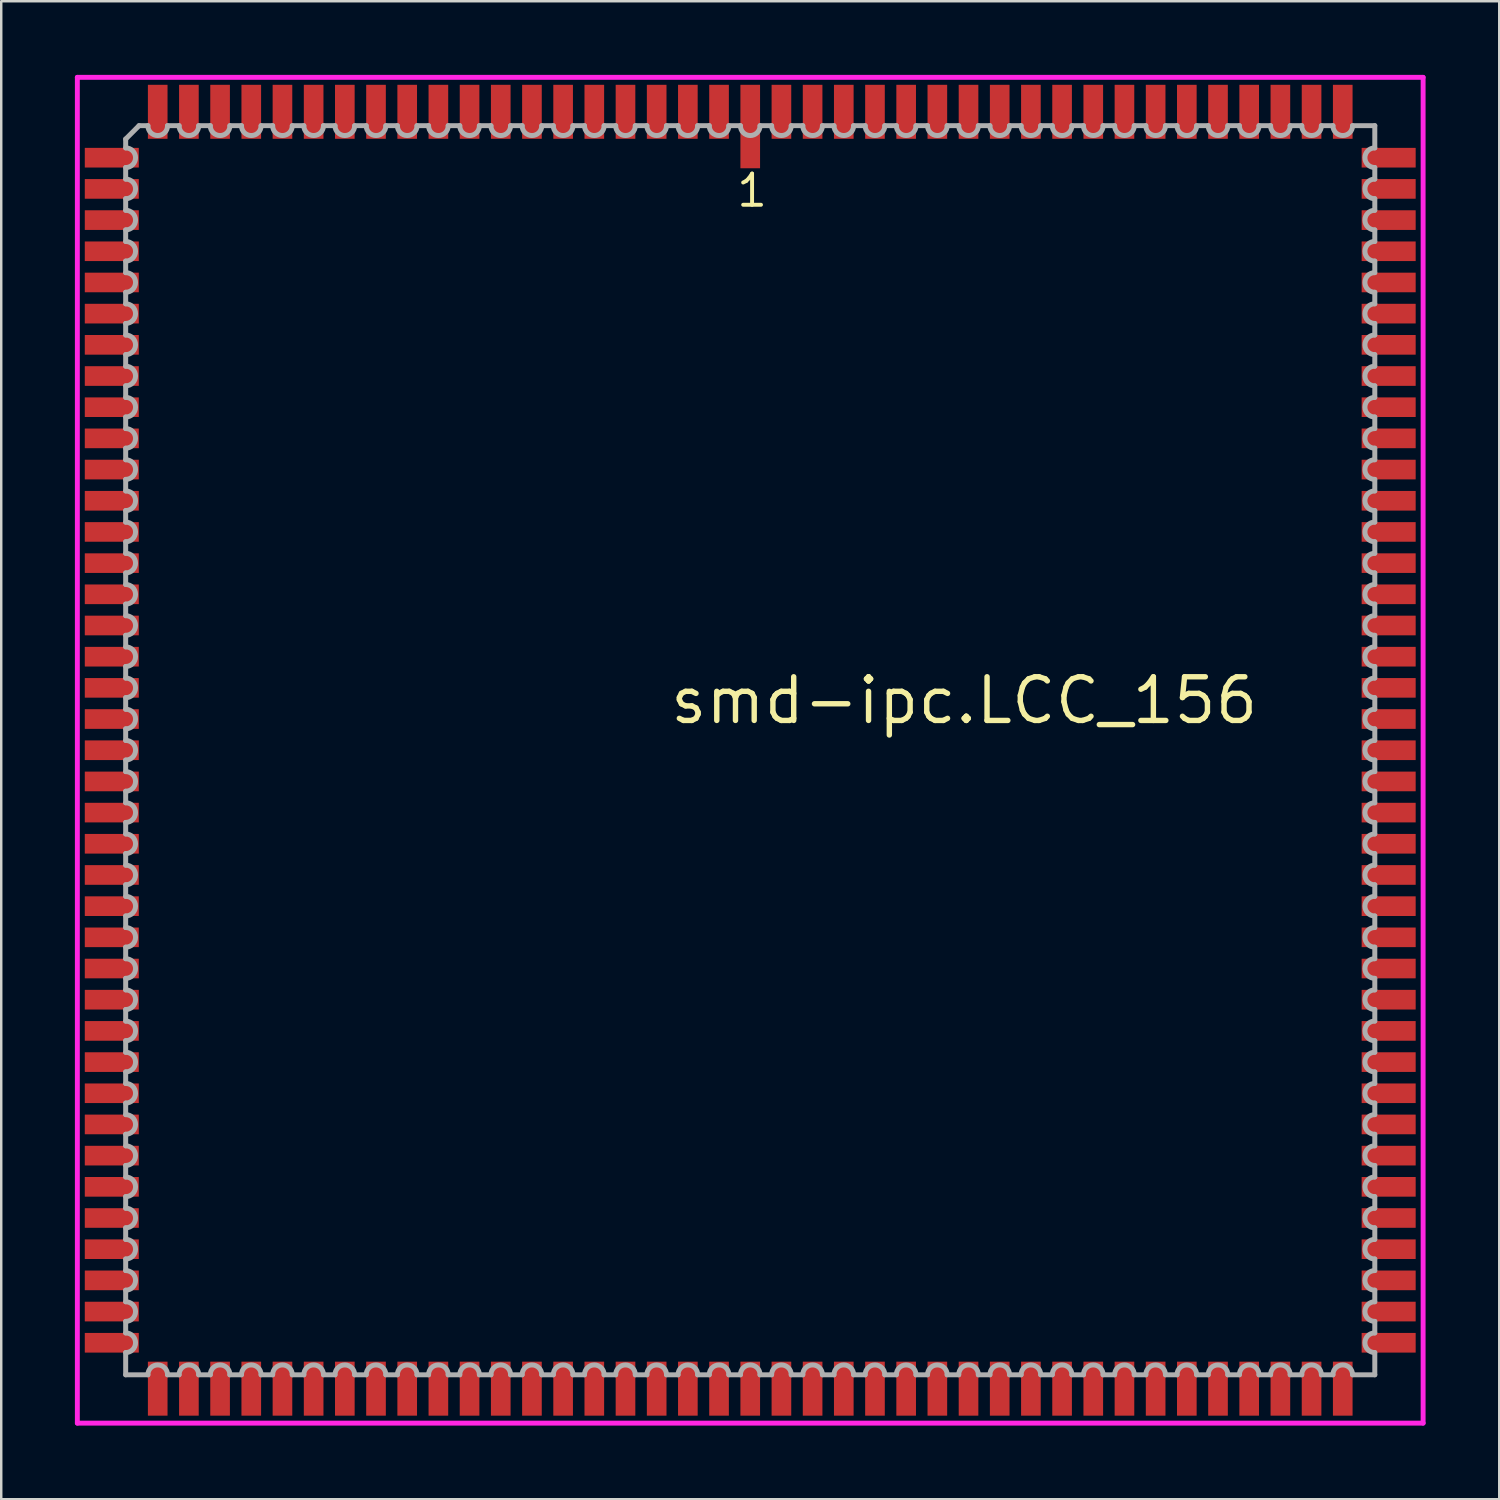
<source format=kicad_pcb>
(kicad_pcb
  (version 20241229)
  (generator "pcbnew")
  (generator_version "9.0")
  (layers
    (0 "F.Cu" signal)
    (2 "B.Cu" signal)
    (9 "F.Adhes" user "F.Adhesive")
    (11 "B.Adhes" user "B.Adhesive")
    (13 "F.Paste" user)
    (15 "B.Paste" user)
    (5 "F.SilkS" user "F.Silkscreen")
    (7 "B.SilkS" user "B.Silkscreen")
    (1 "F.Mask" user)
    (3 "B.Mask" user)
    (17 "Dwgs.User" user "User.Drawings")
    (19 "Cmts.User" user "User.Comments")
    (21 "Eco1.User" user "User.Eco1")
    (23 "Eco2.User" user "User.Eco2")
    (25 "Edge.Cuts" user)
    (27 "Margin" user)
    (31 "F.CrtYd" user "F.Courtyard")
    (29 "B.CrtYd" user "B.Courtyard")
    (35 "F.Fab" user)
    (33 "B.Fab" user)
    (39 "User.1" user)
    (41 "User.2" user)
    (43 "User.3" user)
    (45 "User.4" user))
  (footprint "smd-ipc.LCC_156"
    (layer "F.Cu")
    (at 27.503 27.503)
    (property "Reference" "smd-ipc.LCC_156" (at -3.37 -0.985 0) (layer "F.SilkS") (effects (font (size 1.778 1.778) (thickness 0.22)) (justify left bottom)))
    (attr smd)
    (fp_line (start -27.403 -27.403) (end 27.403 -27.403) (stroke (width 0.2) (type default)) (layer "F.CrtYd"))
    (fp_line (start -27.403 27.403) (end -27.403 -27.403) (stroke (width 0.2) (type default)) (layer "F.CrtYd"))
    (fp_line (start 27.403 -27.403) (end 27.403 27.403) (stroke (width 0.2) (type default)) (layer "F.CrtYd"))
    (fp_line (start 27.403 27.403) (end -27.403 27.403) (stroke (width 0.2) (type default)) (layer "F.CrtYd"))
    (fp_line (start -25.435 -24.89) (end -25.435 -24.53) (stroke (width 0.203) (type default)) (layer "F.Fab"))
    (fp_line (start -25.435 -23.73) (end -25.435 -23.26) (stroke (width 0.203) (type default)) (layer "F.Fab"))
    (fp_line (start -25.435 -22.46) (end -25.435 -21.99) (stroke (width 0.203) (type default)) (layer "F.Fab"))
    (fp_line (start -25.435 -21.19) (end -25.435 -20.72) (stroke (width 0.203) (type default)) (layer "F.Fab"))
    (fp_line (start -25.435 -19.92) (end -25.435 -19.45) (stroke (width 0.203) (type default)) (layer "F.Fab"))
    (fp_line (start -25.435 -18.65) (end -25.435 -18.18) (stroke (width 0.203) (type default)) (layer "F.Fab"))
    (fp_line (start -25.435 -17.38) (end -25.435 -16.91) (stroke (width 0.203) (type default)) (layer "F.Fab"))
    (fp_line (start -25.435 -16.11) (end -25.435 -15.64) (stroke (width 0.203) (type default)) (layer "F.Fab"))
    (fp_line (start -25.435 -14.84) (end -25.435 -14.37) (stroke (width 0.203) (type default)) (layer "F.Fab"))
    (fp_line (start -25.435 -13.57) (end -25.435 -13.1) (stroke (width 0.203) (type default)) (layer "F.Fab"))
    (fp_line (start -25.435 -12.3) (end -25.435 -11.83) (stroke (width 0.203) (type default)) (layer "F.Fab"))
    (fp_line (start -25.435 -11.03) (end -25.435 -10.56) (stroke (width 0.203) (type default)) (layer "F.Fab"))
    (fp_line (start -25.435 -9.76) (end -25.435 -9.29) (stroke (width 0.203) (type default)) (layer "F.Fab"))
    (fp_line (start -25.435 -8.49) (end -25.435 -8.02) (stroke (width 0.203) (type default)) (layer "F.Fab"))
    (fp_line (start -25.435 -7.22) (end -25.435 -6.75) (stroke (width 0.203) (type default)) (layer "F.Fab"))
    (fp_line (start -25.435 -5.95) (end -25.435 -5.48) (stroke (width 0.203) (type default)) (layer "F.Fab"))
    (fp_line (start -25.435 -4.68) (end -25.435 -4.21) (stroke (width 0.203) (type default)) (layer "F.Fab"))
    (fp_line (start -25.435 -3.41) (end -25.435 -2.94) (stroke (width 0.203) (type default)) (layer "F.Fab"))
    (fp_line (start -25.435 -2.14) (end -25.435 -1.67) (stroke (width 0.203) (type default)) (layer "F.Fab"))
    (fp_line (start -25.435 -0.87) (end -25.435 -0.4) (stroke (width 0.203) (type default)) (layer "F.Fab"))
    (fp_line (start -25.435 0.4) (end -25.435 0.87) (stroke (width 0.203) (type default)) (layer "F.Fab"))
    (fp_line (start -25.435 1.67) (end -25.435 2.14) (stroke (width 0.203) (type default)) (layer "F.Fab"))
    (fp_line (start -25.435 2.94) (end -25.435 3.41) (stroke (width 0.203) (type default)) (layer "F.Fab"))
    (fp_line (start -25.435 4.21) (end -25.435 4.68) (stroke (width 0.203) (type default)) (layer "F.Fab"))
    (fp_line (start -25.435 5.48) (end -25.435 5.95) (stroke (width 0.203) (type default)) (layer "F.Fab"))
    (fp_line (start -25.435 6.75) (end -25.435 7.22) (stroke (width 0.203) (type default)) (layer "F.Fab"))
    (fp_line (start -25.435 8.02) (end -25.435 8.49) (stroke (width 0.203) (type default)) (layer "F.Fab"))
    (fp_line (start -25.435 9.29) (end -25.435 9.76) (stroke (width 0.203) (type default)) (layer "F.Fab"))
    (fp_line (start -25.435 10.56) (end -25.435 11.03) (stroke (width 0.203) (type default)) (layer "F.Fab"))
    (fp_line (start -25.435 11.83) (end -25.435 12.3) (stroke (width 0.203) (type default)) (layer "F.Fab"))
    (fp_line (start -25.435 13.1) (end -25.435 13.57) (stroke (width 0.203) (type default)) (layer "F.Fab"))
    (fp_line (start -25.435 14.37) (end -25.435 14.84) (stroke (width 0.203) (type default)) (layer "F.Fab"))
    (fp_line (start -25.435 15.64) (end -25.435 16.11) (stroke (width 0.203) (type default)) (layer "F.Fab"))
    (fp_line (start -25.435 16.91) (end -25.435 17.38) (stroke (width 0.203) (type default)) (layer "F.Fab"))
    (fp_line (start -25.435 18.18) (end -25.435 18.65) (stroke (width 0.203) (type default)) (layer "F.Fab"))
    (fp_line (start -25.435 19.45) (end -25.435 19.92) (stroke (width 0.203) (type default)) (layer "F.Fab"))
    (fp_line (start -25.435 20.72) (end -25.435 21.19) (stroke (width 0.203) (type default)) (layer "F.Fab"))
    (fp_line (start -25.435 21.99) (end -25.435 22.46) (stroke (width 0.203) (type default)) (layer "F.Fab"))
    (fp_line (start -25.435 23.26) (end -25.435 23.73) (stroke (width 0.203) (type default)) (layer "F.Fab"))
    (fp_line (start -25.435 24.53) (end -25.435 25.435) (stroke (width 0.203) (type default)) (layer "F.Fab"))
    (fp_line (start -25.435 25.435) (end -24.53 25.435) (stroke (width 0.203) (type default)) (layer "F.Fab"))
    (fp_line (start -24.89 -25.435) (end -25.435 -24.89) (stroke (width 0.203) (type default)) (layer "F.Fab"))
    (fp_line (start -24.53 -25.435) (end -24.89 -25.435) (stroke (width 0.203) (type default)) (layer "F.Fab"))
    (fp_line (start -23.73 25.435) (end -23.26 25.435) (stroke (width 0.203) (type default)) (layer "F.Fab"))
    (fp_line (start -23.26 -25.435) (end -23.73 -25.435) (stroke (width 0.203) (type default)) (layer "F.Fab"))
    (fp_line (start -22.46 25.435) (end -21.99 25.435) (stroke (width 0.203) (type default)) (layer "F.Fab"))
    (fp_line (start -21.99 -25.435) (end -22.46 -25.435) (stroke (width 0.203) (type default)) (layer "F.Fab"))
    (fp_line (start -21.19 25.435) (end -20.72 25.435) (stroke (width 0.203) (type default)) (layer "F.Fab"))
    (fp_line (start -20.72 -25.435) (end -21.19 -25.435) (stroke (width 0.203) (type default)) (layer "F.Fab"))
    (fp_line (start -19.92 25.435) (end -19.45 25.435) (stroke (width 0.203) (type default)) (layer "F.Fab"))
    (fp_line (start -19.45 -25.435) (end -19.92 -25.435) (stroke (width 0.203) (type default)) (layer "F.Fab"))
    (fp_line (start -18.65 25.435) (end -18.18 25.435) (stroke (width 0.203) (type default)) (layer "F.Fab"))
    (fp_line (start -18.18 -25.435) (end -18.65 -25.435) (stroke (width 0.203) (type default)) (layer "F.Fab"))
    (fp_line (start -17.38 25.435) (end -16.91 25.435) (stroke (width 0.203) (type default)) (layer "F.Fab"))
    (fp_line (start -16.91 -25.435) (end -17.38 -25.435) (stroke (width 0.203) (type default)) (layer "F.Fab"))
    (fp_line (start -16.11 25.435) (end -15.64 25.435) (stroke (width 0.203) (type default)) (layer "F.Fab"))
    (fp_line (start -15.64 -25.435) (end -16.11 -25.435) (stroke (width 0.203) (type default)) (layer "F.Fab"))
    (fp_line (start -14.84 25.435) (end -14.37 25.435) (stroke (width 0.203) (type default)) (layer "F.Fab"))
    (fp_line (start -14.37 -25.435) (end -14.84 -25.435) (stroke (width 0.203) (type default)) (layer "F.Fab"))
    (fp_line (start -13.57 25.435) (end -13.1 25.435) (stroke (width 0.203) (type default)) (layer "F.Fab"))
    (fp_line (start -13.1 -25.435) (end -13.57 -25.435) (stroke (width 0.203) (type default)) (layer "F.Fab"))
    (fp_line (start -12.3 25.435) (end -11.83 25.435) (stroke (width 0.203) (type default)) (layer "F.Fab"))
    (fp_line (start -11.83 -25.435) (end -12.3 -25.435) (stroke (width 0.203) (type default)) (layer "F.Fab"))
    (fp_line (start -11.03 25.435) (end -10.56 25.435) (stroke (width 0.203) (type default)) (layer "F.Fab"))
    (fp_line (start -10.56 -25.435) (end -11.03 -25.435) (stroke (width 0.203) (type default)) (layer "F.Fab"))
    (fp_line (start -9.76 25.435) (end -9.29 25.435) (stroke (width 0.203) (type default)) (layer "F.Fab"))
    (fp_line (start -9.29 -25.435) (end -9.76 -25.435) (stroke (width 0.203) (type default)) (layer "F.Fab"))
    (fp_line (start -8.49 25.435) (end -8.02 25.435) (stroke (width 0.203) (type default)) (layer "F.Fab"))
    (fp_line (start -8.02 -25.435) (end -8.49 -25.435) (stroke (width 0.203) (type default)) (layer "F.Fab"))
    (fp_line (start -7.22 25.435) (end -6.75 25.435) (stroke (width 0.203) (type default)) (layer "F.Fab"))
    (fp_line (start -6.75 -25.435) (end -7.22 -25.435) (stroke (width 0.203) (type default)) (layer "F.Fab"))
    (fp_line (start -5.95 25.435) (end -5.48 25.435) (stroke (width 0.203) (type default)) (layer "F.Fab"))
    (fp_line (start -5.48 -25.435) (end -5.95 -25.435) (stroke (width 0.203) (type default)) (layer "F.Fab"))
    (fp_line (start -4.68 25.435) (end -4.21 25.435) (stroke (width 0.203) (type default)) (layer "F.Fab"))
    (fp_line (start -4.21 -25.435) (end -4.68 -25.435) (stroke (width 0.203) (type default)) (layer "F.Fab"))
    (fp_line (start -3.41 25.435) (end -2.94 25.435) (stroke (width 0.203) (type default)) (layer "F.Fab"))
    (fp_line (start -2.94 -25.435) (end -3.41 -25.435) (stroke (width 0.203) (type default)) (layer "F.Fab"))
    (fp_line (start -2.14 25.435) (end -1.67 25.435) (stroke (width 0.203) (type default)) (layer "F.Fab"))
    (fp_line (start -1.67 -25.435) (end -2.14 -25.435) (stroke (width 0.203) (type default)) (layer "F.Fab"))
    (fp_line (start -0.87 25.435) (end -0.4 25.435) (stroke (width 0.203) (type default)) (layer "F.Fab"))
    (fp_line (start -0.4 -25.435) (end -0.87 -25.435) (stroke (width 0.203) (type default)) (layer "F.Fab"))
    (fp_line (start 0.4 25.435) (end 0.87 25.435) (stroke (width 0.203) (type default)) (layer "F.Fab"))
    (fp_line (start 0.87 -25.435) (end 0.4 -25.435) (stroke (width 0.203) (type default)) (layer "F.Fab"))
    (fp_line (start 1.67 25.435) (end 2.14 25.435) (stroke (width 0.203) (type default)) (layer "F.Fab"))
    (fp_line (start 2.14 -25.435) (end 1.67 -25.435) (stroke (width 0.203) (type default)) (layer "F.Fab"))
    (fp_line (start 2.94 25.435) (end 3.41 25.435) (stroke (width 0.203) (type default)) (layer "F.Fab"))
    (fp_line (start 3.41 -25.435) (end 2.94 -25.435) (stroke (width 0.203) (type default)) (layer "F.Fab"))
    (fp_line (start 4.21 25.435) (end 4.68 25.435) (stroke (width 0.203) (type default)) (layer "F.Fab"))
    (fp_line (start 4.68 -25.435) (end 4.21 -25.435) (stroke (width 0.203) (type default)) (layer "F.Fab"))
    (fp_line (start 5.48 25.435) (end 5.95 25.435) (stroke (width 0.203) (type default)) (layer "F.Fab"))
    (fp_line (start 5.95 -25.435) (end 5.48 -25.435) (stroke (width 0.203) (type default)) (layer "F.Fab"))
    (fp_line (start 6.75 25.435) (end 7.22 25.435) (stroke (width 0.203) (type default)) (layer "F.Fab"))
    (fp_line (start 7.22 -25.435) (end 6.75 -25.435) (stroke (width 0.203) (type default)) (layer "F.Fab"))
    (fp_line (start 8.02 25.435) (end 8.49 25.435) (stroke (width 0.203) (type default)) (layer "F.Fab"))
    (fp_line (start 8.49 -25.435) (end 8.02 -25.435) (stroke (width 0.203) (type default)) (layer "F.Fab"))
    (fp_line (start 9.29 25.435) (end 9.76 25.435) (stroke (width 0.203) (type default)) (layer "F.Fab"))
    (fp_line (start 9.76 -25.435) (end 9.29 -25.435) (stroke (width 0.203) (type default)) (layer "F.Fab"))
    (fp_line (start 10.56 25.435) (end 11.03 25.435) (stroke (width 0.203) (type default)) (layer "F.Fab"))
    (fp_line (start 11.03 -25.435) (end 10.56 -25.435) (stroke (width 0.203) (type default)) (layer "F.Fab"))
    (fp_line (start 11.83 25.435) (end 12.3 25.435) (stroke (width 0.203) (type default)) (layer "F.Fab"))
    (fp_line (start 12.3 -25.435) (end 11.83 -25.435) (stroke (width 0.203) (type default)) (layer "F.Fab"))
    (fp_line (start 13.1 25.435) (end 13.57 25.435) (stroke (width 0.203) (type default)) (layer "F.Fab"))
    (fp_line (start 13.57 -25.435) (end 13.1 -25.435) (stroke (width 0.203) (type default)) (layer "F.Fab"))
    (fp_line (start 14.37 25.435) (end 14.84 25.435) (stroke (width 0.203) (type default)) (layer "F.Fab"))
    (fp_line (start 14.84 -25.435) (end 14.37 -25.435) (stroke (width 0.203) (type default)) (layer "F.Fab"))
    (fp_line (start 15.64 25.435) (end 16.11 25.435) (stroke (width 0.203) (type default)) (layer "F.Fab"))
    (fp_line (start 16.11 -25.435) (end 15.64 -25.435) (stroke (width 0.203) (type default)) (layer "F.Fab"))
    (fp_line (start 16.91 25.435) (end 17.38 25.435) (stroke (width 0.203) (type default)) (layer "F.Fab"))
    (fp_line (start 17.38 -25.435) (end 16.91 -25.435) (stroke (width 0.203) (type default)) (layer "F.Fab"))
    (fp_line (start 18.18 25.435) (end 18.65 25.435) (stroke (width 0.203) (type default)) (layer "F.Fab"))
    (fp_line (start 18.65 -25.435) (end 18.18 -25.435) (stroke (width 0.203) (type default)) (layer "F.Fab"))
    (fp_line (start 19.45 25.435) (end 19.92 25.435) (stroke (width 0.203) (type default)) (layer "F.Fab"))
    (fp_line (start 19.92 -25.435) (end 19.45 -25.435) (stroke (width 0.203) (type default)) (layer "F.Fab"))
    (fp_line (start 20.72 25.435) (end 21.19 25.435) (stroke (width 0.203) (type default)) (layer "F.Fab"))
    (fp_line (start 21.19 -25.435) (end 20.72 -25.435) (stroke (width 0.203) (type default)) (layer "F.Fab"))
    (fp_line (start 21.99 25.435) (end 22.46 25.435) (stroke (width 0.203) (type default)) (layer "F.Fab"))
    (fp_line (start 22.46 -25.435) (end 21.99 -25.435) (stroke (width 0.203) (type default)) (layer "F.Fab"))
    (fp_line (start 23.26 25.435) (end 23.73 25.435) (stroke (width 0.203) (type default)) (layer "F.Fab"))
    (fp_line (start 23.73 -25.435) (end 23.26 -25.435) (stroke (width 0.203) (type default)) (layer "F.Fab"))
    (fp_line (start 24.53 25.435) (end 25.435 25.435) (stroke (width 0.203) (type default)) (layer "F.Fab"))
    (fp_line (start 25.435 -25.435) (end 24.53 -25.435) (stroke (width 0.203) (type default)) (layer "F.Fab"))
    (fp_line (start 25.435 -24.53) (end 25.435 -25.435) (stroke (width 0.203) (type default)) (layer "F.Fab"))
    (fp_line (start 25.435 -23.26) (end 25.435 -23.73) (stroke (width 0.203) (type default)) (layer "F.Fab"))
    (fp_line (start 25.435 -21.99) (end 25.435 -22.46) (stroke (width 0.203) (type default)) (layer "F.Fab"))
    (fp_line (start 25.435 -20.72) (end 25.435 -21.19) (stroke (width 0.203) (type default)) (layer "F.Fab"))
    (fp_line (start 25.435 -19.45) (end 25.435 -19.92) (stroke (width 0.203) (type default)) (layer "F.Fab"))
    (fp_line (start 25.435 -18.18) (end 25.435 -18.65) (stroke (width 0.203) (type default)) (layer "F.Fab"))
    (fp_line (start 25.435 -16.91) (end 25.435 -17.38) (stroke (width 0.203) (type default)) (layer "F.Fab"))
    (fp_line (start 25.435 -15.64) (end 25.435 -16.11) (stroke (width 0.203) (type default)) (layer "F.Fab"))
    (fp_line (start 25.435 -14.37) (end 25.435 -14.84) (stroke (width 0.203) (type default)) (layer "F.Fab"))
    (fp_line (start 25.435 -13.1) (end 25.435 -13.57) (stroke (width 0.203) (type default)) (layer "F.Fab"))
    (fp_line (start 25.435 -11.83) (end 25.435 -12.3) (stroke (width 0.203) (type default)) (layer "F.Fab"))
    (fp_line (start 25.435 -10.56) (end 25.435 -11.03) (stroke (width 0.203) (type default)) (layer "F.Fab"))
    (fp_line (start 25.435 -9.29) (end 25.435 -9.76) (stroke (width 0.203) (type default)) (layer "F.Fab"))
    (fp_line (start 25.435 -8.02) (end 25.435 -8.49) (stroke (width 0.203) (type default)) (layer "F.Fab"))
    (fp_line (start 25.435 -6.75) (end 25.435 -7.22) (stroke (width 0.203) (type default)) (layer "F.Fab"))
    (fp_line (start 25.435 -5.48) (end 25.435 -5.95) (stroke (width 0.203) (type default)) (layer "F.Fab"))
    (fp_line (start 25.435 -4.21) (end 25.435 -4.68) (stroke (width 0.203) (type default)) (layer "F.Fab"))
    (fp_line (start 25.435 -2.94) (end 25.435 -3.41) (stroke (width 0.203) (type default)) (layer "F.Fab"))
    (fp_line (start 25.435 -1.67) (end 25.435 -2.14) (stroke (width 0.203) (type default)) (layer "F.Fab"))
    (fp_line (start 25.435 -0.4) (end 25.435 -0.87) (stroke (width 0.203) (type default)) (layer "F.Fab"))
    (fp_line (start 25.435 0.87) (end 25.435 0.4) (stroke (width 0.203) (type default)) (layer "F.Fab"))
    (fp_line (start 25.435 2.14) (end 25.435 1.67) (stroke (width 0.203) (type default)) (layer "F.Fab"))
    (fp_line (start 25.435 3.41) (end 25.435 2.94) (stroke (width 0.203) (type default)) (layer "F.Fab"))
    (fp_line (start 25.435 4.68) (end 25.435 4.21) (stroke (width 0.203) (type default)) (layer "F.Fab"))
    (fp_line (start 25.435 5.95) (end 25.435 5.48) (stroke (width 0.203) (type default)) (layer "F.Fab"))
    (fp_line (start 25.435 7.22) (end 25.435 6.75) (stroke (width 0.203) (type default)) (layer "F.Fab"))
    (fp_line (start 25.435 8.49) (end 25.435 8.02) (stroke (width 0.203) (type default)) (layer "F.Fab"))
    (fp_line (start 25.435 9.76) (end 25.435 9.29) (stroke (width 0.203) (type default)) (layer "F.Fab"))
    (fp_line (start 25.435 11.03) (end 25.435 10.56) (stroke (width 0.203) (type default)) (layer "F.Fab"))
    (fp_line (start 25.435 12.3) (end 25.435 11.83) (stroke (width 0.203) (type default)) (layer "F.Fab"))
    (fp_line (start 25.435 13.57) (end 25.435 13.1) (stroke (width 0.203) (type default)) (layer "F.Fab"))
    (fp_line (start 25.435 14.84) (end 25.435 14.37) (stroke (width 0.203) (type default)) (layer "F.Fab"))
    (fp_line (start 25.435 16.11) (end 25.435 15.64) (stroke (width 0.203) (type default)) (layer "F.Fab"))
    (fp_line (start 25.435 17.38) (end 25.435 16.91) (stroke (width 0.203) (type default)) (layer "F.Fab"))
    (fp_line (start 25.435 18.65) (end 25.435 18.18) (stroke (width 0.203) (type default)) (layer "F.Fab"))
    (fp_line (start 25.435 19.92) (end 25.435 19.45) (stroke (width 0.203) (type default)) (layer "F.Fab"))
    (fp_line (start 25.435 21.19) (end 25.435 20.72) (stroke (width 0.203) (type default)) (layer "F.Fab"))
    (fp_line (start 25.435 22.46) (end 25.435 21.99) (stroke (width 0.203) (type default)) (layer "F.Fab"))
    (fp_line (start 25.435 23.73) (end 25.435 23.26) (stroke (width 0.203) (type default)) (layer "F.Fab"))
    (fp_line (start 25.435 25.435) (end 25.435 24.53) (stroke (width 0.203) (type default)) (layer "F.Fab"))
    (fp_arc (start -25.4333 -24.53) (mid -25.0333 -24.13) (end -25.4333 -23.73) (stroke (width 0.2032) (type default)) (layer "F.Fab"))
    (fp_arc (start -25.4333 -23.26) (mid -25.0333 -22.86) (end -25.4333 -22.46) (stroke (width 0.2032) (type default)) (layer "F.Fab"))
    (fp_arc (start -25.4333 -21.99) (mid -25.0333 -21.59) (end -25.4333 -21.19) (stroke (width 0.2032) (type default)) (layer "F.Fab"))
    (fp_arc (start -25.4333 -20.72) (mid -25.0333 -20.32) (end -25.4333 -19.92) (stroke (width 0.2032) (type default)) (layer "F.Fab"))
    (fp_arc (start -25.4333 -19.45) (mid -25.0333 -19.05) (end -25.4333 -18.65) (stroke (width 0.2032) (type default)) (layer "F.Fab"))
    (fp_arc (start -25.4333 -18.18) (mid -25.0333 -17.78) (end -25.4333 -17.38) (stroke (width 0.2032) (type default)) (layer "F.Fab"))
    (fp_arc (start -25.4333 -16.91) (mid -25.0333 -16.51) (end -25.4333 -16.11) (stroke (width 0.2032) (type default)) (layer "F.Fab"))
    (fp_arc (start -25.4333 -15.64) (mid -25.0333 -15.24) (end -25.4333 -14.84) (stroke (width 0.2032) (type default)) (layer "F.Fab"))
    (fp_arc (start -25.4333 -14.37) (mid -25.0333 -13.97) (end -25.4333 -13.57) (stroke (width 0.2032) (type default)) (layer "F.Fab"))
    (fp_arc (start -25.4333 -13.1) (mid -25.0333 -12.7) (end -25.4333 -12.3) (stroke (width 0.2032) (type default)) (layer "F.Fab"))
    (fp_arc (start -25.4333 -11.83) (mid -25.0333 -11.43) (end -25.4333 -11.03) (stroke (width 0.2032) (type default)) (layer "F.Fab"))
    (fp_arc (start -25.4333 -10.56) (mid -25.0333 -10.16) (end -25.4333 -9.76) (stroke (width 0.2032) (type default)) (layer "F.Fab"))
    (fp_arc (start -25.4333 -9.29) (mid -25.0333 -8.89) (end -25.4333 -8.49) (stroke (width 0.2032) (type default)) (layer "F.Fab"))
    (fp_arc (start -25.4333 -8.02) (mid -25.0333 -7.62) (end -25.4333 -7.22) (stroke (width 0.2032) (type default)) (layer "F.Fab"))
    (fp_arc (start -25.4333 -6.75) (mid -25.0333 -6.35) (end -25.4333 -5.95) (stroke (width 0.2032) (type default)) (layer "F.Fab"))
    (fp_arc (start -25.4333 -5.48) (mid -25.0333 -5.08) (end -25.4333 -4.68) (stroke (width 0.2032) (type default)) (layer "F.Fab"))
    (fp_arc (start -25.4333 -4.21) (mid -25.0333 -3.81) (end -25.4333 -3.41) (stroke (width 0.2032) (type default)) (layer "F.Fab"))
    (fp_arc (start -25.4333 -2.94) (mid -25.0333 -2.54) (end -25.4333 -2.14) (stroke (width 0.2032) (type default)) (layer "F.Fab"))
    (fp_arc (start -25.4333 -1.67) (mid -25.0333 -1.27) (end -25.4333 -0.87) (stroke (width 0.2032) (type default)) (layer "F.Fab"))
    (fp_arc (start -25.4333 -0.4001) (mid -25.0332 0) (end -25.4333 0.4001) (stroke (width 0.2032) (type default)) (layer "F.Fab"))
    (fp_arc (start -25.4333 0.8699) (mid -25.0332 1.27) (end -25.4333 1.6701) (stroke (width 0.2032) (type default)) (layer "F.Fab"))
    (fp_arc (start -25.4333 2.1399) (mid -25.0332 2.54) (end -25.4333 2.9401) (stroke (width 0.2032) (type default)) (layer "F.Fab"))
    (fp_arc (start -25.4333 3.4099) (mid -25.0332 3.81) (end -25.4333 4.2101) (stroke (width 0.2032) (type default)) (layer "F.Fab"))
    (fp_arc (start -25.4333 4.6799) (mid -25.0332 5.08) (end -25.4333 5.4801) (stroke (width 0.2032) (type default)) (layer "F.Fab"))
    (fp_arc (start -25.4333 5.9499) (mid -25.0332 6.35) (end -25.4333 6.7501) (stroke (width 0.2032) (type default)) (layer "F.Fab"))
    (fp_arc (start -25.4333 7.2199) (mid -25.0332 7.62) (end -25.4333 8.0201) (stroke (width 0.2032) (type default)) (layer "F.Fab"))
    (fp_arc (start -25.4333 8.4899) (mid -25.0332 8.89) (end -25.4333 9.2901) (stroke (width 0.2032) (type default)) (layer "F.Fab"))
    (fp_arc (start -25.4333 9.7599) (mid -25.0332 10.16) (end -25.4333 10.5601) (stroke (width 0.2032) (type default)) (layer "F.Fab"))
    (fp_arc (start -25.4333 11.0299) (mid -25.0332 11.43) (end -25.4333 11.8301) (stroke (width 0.2032) (type default)) (layer "F.Fab"))
    (fp_arc (start -25.4333 12.2999) (mid -25.0332 12.7) (end -25.4333 13.1001) (stroke (width 0.2032) (type default)) (layer "F.Fab"))
    (fp_arc (start -25.4333 13.5699) (mid -25.0332 13.97) (end -25.4333 14.3701) (stroke (width 0.2032) (type default)) (layer "F.Fab"))
    (fp_arc (start -25.4333 14.8399) (mid -25.0332 15.24) (end -25.4333 15.6401) (stroke (width 0.2032) (type default)) (layer "F.Fab"))
    (fp_arc (start -25.4333 16.1099) (mid -25.0332 16.51) (end -25.4333 16.9101) (stroke (width 0.2032) (type default)) (layer "F.Fab"))
    (fp_arc (start -25.4333 17.3799) (mid -25.0332 17.78) (end -25.4333 18.1801) (stroke (width 0.2032) (type default)) (layer "F.Fab"))
    (fp_arc (start -25.4333 18.6499) (mid -25.0332 19.05) (end -25.4333 19.4501) (stroke (width 0.2032) (type default)) (layer "F.Fab"))
    (fp_arc (start -25.4333 19.9199) (mid -25.0332 20.32) (end -25.4333 20.7201) (stroke (width 0.2032) (type default)) (layer "F.Fab"))
    (fp_arc (start -25.4333 21.1899) (mid -25.0332 21.59) (end -25.4333 21.9901) (stroke (width 0.2032) (type default)) (layer "F.Fab"))
    (fp_arc (start -25.4333 22.4599) (mid -25.0332 22.86) (end -25.4333 23.2601) (stroke (width 0.2032) (type default)) (layer "F.Fab"))
    (fp_arc (start -25.4333 23.7299) (mid -25.0332 24.13) (end -25.4333 24.5301) (stroke (width 0.2032) (type default)) (layer "F.Fab"))
    (fp_arc (start -24.5301 25.4333) (mid -24.13 25.0332) (end -23.7299 25.4333) (stroke (width 0.2032) (type default)) (layer "F.Fab"))
    (fp_arc (start -23.7299 -25.4333) (mid -24.13 -25.0332) (end -24.5301 -25.4333) (stroke (width 0.2032) (type default)) (layer "F.Fab"))
    (fp_arc (start -23.2601 25.4333) (mid -22.86 25.0332) (end -22.4599 25.4333) (stroke (width 0.2032) (type default)) (layer "F.Fab"))
    (fp_arc (start -22.4599 -25.4333) (mid -22.86 -25.0332) (end -23.2601 -25.4333) (stroke (width 0.2032) (type default)) (layer "F.Fab"))
    (fp_arc (start -21.9901 25.4333) (mid -21.59 25.0332) (end -21.1899 25.4333) (stroke (width 0.2032) (type default)) (layer "F.Fab"))
    (fp_arc (start -21.1899 -25.4333) (mid -21.59 -25.0332) (end -21.9901 -25.4333) (stroke (width 0.2032) (type default)) (layer "F.Fab"))
    (fp_arc (start -20.7201 25.4333) (mid -20.32 25.0332) (end -19.9199 25.4333) (stroke (width 0.2032) (type default)) (layer "F.Fab"))
    (fp_arc (start -19.9199 -25.4333) (mid -20.32 -25.0332) (end -20.7201 -25.4333) (stroke (width 0.2032) (type default)) (layer "F.Fab"))
    (fp_arc (start -19.4501 25.4333) (mid -19.05 25.0332) (end -18.6499 25.4333) (stroke (width 0.2032) (type default)) (layer "F.Fab"))
    (fp_arc (start -18.6499 -25.4333) (mid -19.05 -25.0332) (end -19.4501 -25.4333) (stroke (width 0.2032) (type default)) (layer "F.Fab"))
    (fp_arc (start -18.1801 25.4333) (mid -17.78 25.0332) (end -17.3799 25.4333) (stroke (width 0.2032) (type default)) (layer "F.Fab"))
    (fp_arc (start -17.3799 -25.4333) (mid -17.78 -25.0332) (end -18.1801 -25.4333) (stroke (width 0.2032) (type default)) (layer "F.Fab"))
    (fp_arc (start -16.9101 25.4333) (mid -16.51 25.0332) (end -16.1099 25.4333) (stroke (width 0.2032) (type default)) (layer "F.Fab"))
    (fp_arc (start -16.1099 -25.4333) (mid -16.51 -25.0332) (end -16.9101 -25.4333) (stroke (width 0.2032) (type default)) (layer "F.Fab"))
    (fp_arc (start -15.6401 25.4333) (mid -15.24 25.0332) (end -14.8399 25.4333) (stroke (width 0.2032) (type default)) (layer "F.Fab"))
    (fp_arc (start -14.8399 -25.4333) (mid -15.24 -25.0332) (end -15.6401 -25.4333) (stroke (width 0.2032) (type default)) (layer "F.Fab"))
    (fp_arc (start -14.3701 25.4333) (mid -13.97 25.0332) (end -13.5699 25.4333) (stroke (width 0.2032) (type default)) (layer "F.Fab"))
    (fp_arc (start -13.5699 -25.4333) (mid -13.97 -25.0332) (end -14.3701 -25.4333) (stroke (width 0.2032) (type default)) (layer "F.Fab"))
    (fp_arc (start -13.1001 25.4333) (mid -12.7 25.0332) (end -12.2999 25.4333) (stroke (width 0.2032) (type default)) (layer "F.Fab"))
    (fp_arc (start -12.2999 -25.4333) (mid -12.7 -25.0332) (end -13.1001 -25.4333) (stroke (width 0.2032) (type default)) (layer "F.Fab"))
    (fp_arc (start -11.8301 25.4333) (mid -11.43 25.0332) (end -11.0299 25.4333) (stroke (width 0.2032) (type default)) (layer "F.Fab"))
    (fp_arc (start -11.0299 -25.4333) (mid -11.43 -25.0332) (end -11.8301 -25.4333) (stroke (width 0.2032) (type default)) (layer "F.Fab"))
    (fp_arc (start -10.5601 25.4333) (mid -10.16 25.0332) (end -9.7599 25.4333) (stroke (width 0.2032) (type default)) (layer "F.Fab"))
    (fp_arc (start -9.7599 -25.4333) (mid -10.16 -25.0332) (end -10.5601 -25.4333) (stroke (width 0.2032) (type default)) (layer "F.Fab"))
    (fp_arc (start -9.2901 25.4333) (mid -8.89 25.0332) (end -8.4899 25.4333) (stroke (width 0.2032) (type default)) (layer "F.Fab"))
    (fp_arc (start -8.4899 -25.4333) (mid -8.89 -25.0332) (end -9.2901 -25.4333) (stroke (width 0.2032) (type default)) (layer "F.Fab"))
    (fp_arc (start -8.0201 25.4333) (mid -7.62 25.0332) (end -7.2199 25.4333) (stroke (width 0.2032) (type default)) (layer "F.Fab"))
    (fp_arc (start -7.2199 -25.4333) (mid -7.62 -25.0332) (end -8.0201 -25.4333) (stroke (width 0.2032) (type default)) (layer "F.Fab"))
    (fp_arc (start -6.7501 25.4333) (mid -6.35 25.0332) (end -5.9499 25.4333) (stroke (width 0.2032) (type default)) (layer "F.Fab"))
    (fp_arc (start -5.9499 -25.4333) (mid -6.35 -25.0332) (end -6.7501 -25.4333) (stroke (width 0.2032) (type default)) (layer "F.Fab"))
    (fp_arc (start -5.4801 25.4333) (mid -5.08 25.0332) (end -4.6799 25.4333) (stroke (width 0.2032) (type default)) (layer "F.Fab"))
    (fp_arc (start -4.6799 -25.4333) (mid -5.08 -25.0332) (end -5.4801 -25.4333) (stroke (width 0.2032) (type default)) (layer "F.Fab"))
    (fp_arc (start -4.2101 25.4333) (mid -3.81 25.0332) (end -3.4099 25.4333) (stroke (width 0.2032) (type default)) (layer "F.Fab"))
    (fp_arc (start -3.4099 -25.4333) (mid -3.81 -25.0332) (end -4.2101 -25.4333) (stroke (width 0.2032) (type default)) (layer "F.Fab"))
    (fp_arc (start -2.9401 25.4333) (mid -2.54 25.0332) (end -2.1399 25.4333) (stroke (width 0.2032) (type default)) (layer "F.Fab"))
    (fp_arc (start -2.1399 -25.4333) (mid -2.54 -25.0332) (end -2.9401 -25.4333) (stroke (width 0.2032) (type default)) (layer "F.Fab"))
    (fp_arc (start -1.6701 25.4333) (mid -1.27 25.0332) (end -0.8699 25.4333) (stroke (width 0.2032) (type default)) (layer "F.Fab"))
    (fp_arc (start -0.8699 -25.4333) (mid -1.27 -25.0332) (end -1.6701 -25.4333) (stroke (width 0.2032) (type default)) (layer "F.Fab"))
    (fp_arc (start -0.4001 25.4333) (mid 0 25.0332) (end 0.4001 25.4333) (stroke (width 0.2032) (type default)) (layer "F.Fab"))
    (fp_arc (start 0.4001 -25.4333) (mid 0 -25.0332) (end -0.4001 -25.4333) (stroke (width 0.2032) (type default)) (layer "F.Fab"))
    (fp_arc (start 0.87 25.4333) (mid 1.27 25.0333) (end 1.67 25.4333) (stroke (width 0.2032) (type default)) (layer "F.Fab"))
    (fp_arc (start 1.67 -25.4333) (mid 1.27 -25.0333) (end 0.87 -25.4333) (stroke (width 0.2032) (type default)) (layer "F.Fab"))
    (fp_arc (start 2.14 25.4333) (mid 2.54 25.0333) (end 2.94 25.4333) (stroke (width 0.2032) (type default)) (layer "F.Fab"))
    (fp_arc (start 2.94 -25.4333) (mid 2.54 -25.0333) (end 2.14 -25.4333) (stroke (width 0.2032) (type default)) (layer "F.Fab"))
    (fp_arc (start 3.41 25.4333) (mid 3.81 25.0333) (end 4.21 25.4333) (stroke (width 0.2032) (type default)) (layer "F.Fab"))
    (fp_arc (start 4.21 -25.4333) (mid 3.81 -25.0333) (end 3.41 -25.4333) (stroke (width 0.2032) (type default)) (layer "F.Fab"))
    (fp_arc (start 4.68 25.4333) (mid 5.08 25.0333) (end 5.48 25.4333) (stroke (width 0.2032) (type default)) (layer "F.Fab"))
    (fp_arc (start 5.48 -25.4333) (mid 5.08 -25.0333) (end 4.68 -25.4333) (stroke (width 0.2032) (type default)) (layer "F.Fab"))
    (fp_arc (start 5.95 25.4333) (mid 6.35 25.0333) (end 6.75 25.4333) (stroke (width 0.2032) (type default)) (layer "F.Fab"))
    (fp_arc (start 6.75 -25.4333) (mid 6.35 -25.0333) (end 5.95 -25.4333) (stroke (width 0.2032) (type default)) (layer "F.Fab"))
    (fp_arc (start 7.22 25.4333) (mid 7.62 25.0333) (end 8.02 25.4333) (stroke (width 0.2032) (type default)) (layer "F.Fab"))
    (fp_arc (start 8.02 -25.4333) (mid 7.62 -25.0333) (end 7.22 -25.4333) (stroke (width 0.2032) (type default)) (layer "F.Fab"))
    (fp_arc (start 8.49 25.4333) (mid 8.89 25.0333) (end 9.29 25.4333) (stroke (width 0.2032) (type default)) (layer "F.Fab"))
    (fp_arc (start 9.29 -25.4333) (mid 8.89 -25.0333) (end 8.49 -25.4333) (stroke (width 0.2032) (type default)) (layer "F.Fab"))
    (fp_arc (start 9.76 25.4333) (mid 10.16 25.0333) (end 10.56 25.4333) (stroke (width 0.2032) (type default)) (layer "F.Fab"))
    (fp_arc (start 10.56 -25.4333) (mid 10.16 -25.0333) (end 9.76 -25.4333) (stroke (width 0.2032) (type default)) (layer "F.Fab"))
    (fp_arc (start 11.03 25.4333) (mid 11.43 25.0333) (end 11.83 25.4333) (stroke (width 0.2032) (type default)) (layer "F.Fab"))
    (fp_arc (start 11.83 -25.4333) (mid 11.43 -25.0333) (end 11.03 -25.4333) (stroke (width 0.2032) (type default)) (layer "F.Fab"))
    (fp_arc (start 12.3 25.4333) (mid 12.7 25.0333) (end 13.1 25.4333) (stroke (width 0.2032) (type default)) (layer "F.Fab"))
    (fp_arc (start 13.1 -25.4333) (mid 12.7 -25.0333) (end 12.3 -25.4333) (stroke (width 0.2032) (type default)) (layer "F.Fab"))
    (fp_arc (start 13.57 25.4333) (mid 13.97 25.0333) (end 14.37 25.4333) (stroke (width 0.2032) (type default)) (layer "F.Fab"))
    (fp_arc (start 14.37 -25.4333) (mid 13.97 -25.0333) (end 13.57 -25.4333) (stroke (width 0.2032) (type default)) (layer "F.Fab"))
    (fp_arc (start 14.84 25.4333) (mid 15.24 25.0333) (end 15.64 25.4333) (stroke (width 0.2032) (type default)) (layer "F.Fab"))
    (fp_arc (start 15.64 -25.4333) (mid 15.24 -25.0333) (end 14.84 -25.4333) (stroke (width 0.2032) (type default)) (layer "F.Fab"))
    (fp_arc (start 16.11 25.4333) (mid 16.51 25.0333) (end 16.91 25.4333) (stroke (width 0.2032) (type default)) (layer "F.Fab"))
    (fp_arc (start 16.91 -25.4333) (mid 16.51 -25.0333) (end 16.11 -25.4333) (stroke (width 0.2032) (type default)) (layer "F.Fab"))
    (fp_arc (start 17.38 25.4333) (mid 17.78 25.0333) (end 18.18 25.4333) (stroke (width 0.2032) (type default)) (layer "F.Fab"))
    (fp_arc (start 18.18 -25.4333) (mid 17.78 -25.0333) (end 17.38 -25.4333) (stroke (width 0.2032) (type default)) (layer "F.Fab"))
    (fp_arc (start 18.65 25.4333) (mid 19.05 25.0333) (end 19.45 25.4333) (stroke (width 0.2032) (type default)) (layer "F.Fab"))
    (fp_arc (start 19.45 -25.4333) (mid 19.05 -25.0333) (end 18.65 -25.4333) (stroke (width 0.2032) (type default)) (layer "F.Fab"))
    (fp_arc (start 19.92 25.4333) (mid 20.32 25.0333) (end 20.72 25.4333) (stroke (width 0.2032) (type default)) (layer "F.Fab"))
    (fp_arc (start 20.72 -25.4333) (mid 20.32 -25.0333) (end 19.92 -25.4333) (stroke (width 0.2032) (type default)) (layer "F.Fab"))
    (fp_arc (start 21.19 25.4333) (mid 21.59 25.0333) (end 21.99 25.4333) (stroke (width 0.2032) (type default)) (layer "F.Fab"))
    (fp_arc (start 21.99 -25.4333) (mid 21.59 -25.0333) (end 21.19 -25.4333) (stroke (width 0.2032) (type default)) (layer "F.Fab"))
    (fp_arc (start 22.46 25.4333) (mid 22.86 25.0333) (end 23.26 25.4333) (stroke (width 0.2032) (type default)) (layer "F.Fab"))
    (fp_arc (start 23.26 -25.4333) (mid 22.86 -25.0333) (end 22.46 -25.4333) (stroke (width 0.2032) (type default)) (layer "F.Fab"))
    (fp_arc (start 23.73 25.4333) (mid 24.13 25.0333) (end 24.53 25.4333) (stroke (width 0.2032) (type default)) (layer "F.Fab"))
    (fp_arc (start 24.53 -25.4333) (mid 24.13 -25.0333) (end 23.73 -25.4333) (stroke (width 0.2032) (type default)) (layer "F.Fab"))
    (fp_arc (start 25.4333 -23.7299) (mid 25.0332 -24.13) (end 25.4333 -24.5301) (stroke (width 0.2032) (type default)) (layer "F.Fab"))
    (fp_arc (start 25.4333 -22.4599) (mid 25.0332 -22.86) (end 25.4333 -23.2601) (stroke (width 0.2032) (type default)) (layer "F.Fab"))
    (fp_arc (start 25.4333 -21.1899) (mid 25.0332 -21.59) (end 25.4333 -21.9901) (stroke (width 0.2032) (type default)) (layer "F.Fab"))
    (fp_arc (start 25.4333 -19.9199) (mid 25.0332 -20.32) (end 25.4333 -20.7201) (stroke (width 0.2032) (type default)) (layer "F.Fab"))
    (fp_arc (start 25.4333 -18.6499) (mid 25.0332 -19.05) (end 25.4333 -19.4501) (stroke (width 0.2032) (type default)) (layer "F.Fab"))
    (fp_arc (start 25.4333 -17.3799) (mid 25.0332 -17.78) (end 25.4333 -18.1801) (stroke (width 0.2032) (type default)) (layer "F.Fab"))
    (fp_arc (start 25.4333 -16.1099) (mid 25.0332 -16.51) (end 25.4333 -16.9101) (stroke (width 0.2032) (type default)) (layer "F.Fab"))
    (fp_arc (start 25.4333 -14.8399) (mid 25.0332 -15.24) (end 25.4333 -15.6401) (stroke (width 0.2032) (type default)) (layer "F.Fab"))
    (fp_arc (start 25.4333 -13.5699) (mid 25.0332 -13.97) (end 25.4333 -14.3701) (stroke (width 0.2032) (type default)) (layer "F.Fab"))
    (fp_arc (start 25.4333 -12.2999) (mid 25.0332 -12.7) (end 25.4333 -13.1001) (stroke (width 0.2032) (type default)) (layer "F.Fab"))
    (fp_arc (start 25.4333 -11.0299) (mid 25.0332 -11.43) (end 25.4333 -11.8301) (stroke (width 0.2032) (type default)) (layer "F.Fab"))
    (fp_arc (start 25.4333 -9.7599) (mid 25.0332 -10.16) (end 25.4333 -10.5601) (stroke (width 0.2032) (type default)) (layer "F.Fab"))
    (fp_arc (start 25.4333 -8.4899) (mid 25.0332 -8.89) (end 25.4333 -9.2901) (stroke (width 0.2032) (type default)) (layer "F.Fab"))
    (fp_arc (start 25.4333 -7.2199) (mid 25.0332 -7.62) (end 25.4333 -8.0201) (stroke (width 0.2032) (type default)) (layer "F.Fab"))
    (fp_arc (start 25.4333 -5.9499) (mid 25.0332 -6.35) (end 25.4333 -6.7501) (stroke (width 0.2032) (type default)) (layer "F.Fab"))
    (fp_arc (start 25.4333 -4.6799) (mid 25.0332 -5.08) (end 25.4333 -5.4801) (stroke (width 0.2032) (type default)) (layer "F.Fab"))
    (fp_arc (start 25.4333 -3.4099) (mid 25.0332 -3.81) (end 25.4333 -4.2101) (stroke (width 0.2032) (type default)) (layer "F.Fab"))
    (fp_arc (start 25.4333 -2.1399) (mid 25.0332 -2.54) (end 25.4333 -2.9401) (stroke (width 0.2032) (type default)) (layer "F.Fab"))
    (fp_arc (start 25.4333 -0.8699) (mid 25.0332 -1.27) (end 25.4333 -1.6701) (stroke (width 0.2032) (type default)) (layer "F.Fab"))
    (fp_arc (start 25.4333 0.4001) (mid 25.0332 0) (end 25.4333 -0.4001) (stroke (width 0.2032) (type default)) (layer "F.Fab"))
    (fp_arc (start 25.4333 1.67) (mid 25.0333 1.27) (end 25.4333 0.87) (stroke (width 0.2032) (type default)) (layer "F.Fab"))
    (fp_arc (start 25.4333 2.94) (mid 25.0333 2.54) (end 25.4333 2.14) (stroke (width 0.2032) (type default)) (layer "F.Fab"))
    (fp_arc (start 25.4333 4.21) (mid 25.0333 3.81) (end 25.4333 3.41) (stroke (width 0.2032) (type default)) (layer "F.Fab"))
    (fp_arc (start 25.4333 5.48) (mid 25.0333 5.08) (end 25.4333 4.68) (stroke (width 0.2032) (type default)) (layer "F.Fab"))
    (fp_arc (start 25.4333 6.75) (mid 25.0333 6.35) (end 25.4333 5.95) (stroke (width 0.2032) (type default)) (layer "F.Fab"))
    (fp_arc (start 25.4333 8.02) (mid 25.0333 7.62) (end 25.4333 7.22) (stroke (width 0.2032) (type default)) (layer "F.Fab"))
    (fp_arc (start 25.4333 9.29) (mid 25.0333 8.89) (end 25.4333 8.49) (stroke (width 0.2032) (type default)) (layer "F.Fab"))
    (fp_arc (start 25.4333 10.56) (mid 25.0333 10.16) (end 25.4333 9.76) (stroke (width 0.2032) (type default)) (layer "F.Fab"))
    (fp_arc (start 25.4333 11.8301) (mid 25.0332 11.43) (end 25.4333 11.0299) (stroke (width 0.2032) (type default)) (layer "F.Fab"))
    (fp_arc (start 25.4333 13.1001) (mid 25.0332 12.7) (end 25.4333 12.2999) (stroke (width 0.2032) (type default)) (layer "F.Fab"))
    (fp_arc (start 25.4333 14.3701) (mid 25.0332 13.97) (end 25.4333 13.5699) (stroke (width 0.2032) (type default)) (layer "F.Fab"))
    (fp_arc (start 25.4333 15.6401) (mid 25.0332 15.24) (end 25.4333 14.8399) (stroke (width 0.2032) (type default)) (layer "F.Fab"))
    (fp_arc (start 25.4333 16.91) (mid 25.0333 16.51) (end 25.4333 16.11) (stroke (width 0.2032) (type default)) (layer "F.Fab"))
    (fp_arc (start 25.4333 18.18) (mid 25.0333 17.78) (end 25.4333 17.38) (stroke (width 0.2032) (type default)) (layer "F.Fab"))
    (fp_arc (start 25.4333 19.45) (mid 25.0333 19.05) (end 25.4333 18.65) (stroke (width 0.2032) (type default)) (layer "F.Fab"))
    (fp_arc (start 25.4333 20.72) (mid 25.0333 20.32) (end 25.4333 19.92) (stroke (width 0.2032) (type default)) (layer "F.Fab"))
    (fp_arc (start 25.4333 21.99) (mid 25.0333 21.59) (end 25.4333 21.19) (stroke (width 0.2032) (type default)) (layer "F.Fab"))
    (fp_arc (start 25.4333 23.26) (mid 25.0333 22.86) (end 25.4333 22.46) (stroke (width 0.2032) (type default)) (layer "F.Fab"))
    (fp_arc (start 25.4333 24.53) (mid 25.0333 24.13) (end 25.4333 23.73) (stroke (width 0.2032) (type default)) (layer "F.Fab"))
    (fp_text user "1" (at -0.635 -22.05 0) (layer "F.SilkS") (effects (font (size 1.27 1.27) (thickness 0.16)) (justify left bottom)))
    (pad "1" smd roundrect (at 0 -25.4) (size 0.8 3.4) (layers "F.Cu" "F.Mask" "F.Paste") (roundrect_rratio 0.01))
    (pad "2" smd roundrect (at -1.27 -26) (size 0.8 2.2) (layers "F.Cu" "F.Mask" "F.Paste") (roundrect_rratio 0.01))
    (pad "3" smd roundrect (at -2.54 -26) (size 0.8 2.2) (layers "F.Cu" "F.Mask" "F.Paste") (roundrect_rratio 0.01))
    (pad "4" smd roundrect (at -3.81 -26) (size 0.8 2.2) (layers "F.Cu" "F.Mask" "F.Paste") (roundrect_rratio 0.01))
    (pad "5" smd roundrect (at -5.08 -26) (size 0.8 2.2) (layers "F.Cu" "F.Mask" "F.Paste") (roundrect_rratio 0.01))
    (pad "6" smd roundrect (at -6.35 -26) (size 0.8 2.2) (layers "F.Cu" "F.Mask" "F.Paste") (roundrect_rratio 0.01))
    (pad "7" smd roundrect (at -7.62 -26) (size 0.8 2.2) (layers "F.Cu" "F.Mask" "F.Paste") (roundrect_rratio 0.01))
    (pad "8" smd roundrect (at -8.89 -26) (size 0.8 2.2) (layers "F.Cu" "F.Mask" "F.Paste") (roundrect_rratio 0.01))
    (pad "9" smd roundrect (at -10.16 -26) (size 0.8 2.2) (layers "F.Cu" "F.Mask" "F.Paste") (roundrect_rratio 0.01))
    (pad "10" smd roundrect (at -11.43 -26) (size 0.8 2.2) (layers "F.Cu" "F.Mask" "F.Paste") (roundrect_rratio 0.01))
    (pad "11" smd roundrect (at -12.7 -26) (size 0.8 2.2) (layers "F.Cu" "F.Mask" "F.Paste") (roundrect_rratio 0.01))
    (pad "12" smd roundrect (at -13.97 -26) (size 0.8 2.2) (layers "F.Cu" "F.Mask" "F.Paste") (roundrect_rratio 0.01))
    (pad "13" smd roundrect (at -15.24 -26) (size 0.8 2.2) (layers "F.Cu" "F.Mask" "F.Paste") (roundrect_rratio 0.01))
    (pad "14" smd roundrect (at -16.51 -26) (size 0.8 2.2) (layers "F.Cu" "F.Mask" "F.Paste") (roundrect_rratio 0.01))
    (pad "15" smd roundrect (at -17.78 -26) (size 0.8 2.2) (layers "F.Cu" "F.Mask" "F.Paste") (roundrect_rratio 0.01))
    (pad "16" smd roundrect (at -19.05 -26) (size 0.8 2.2) (layers "F.Cu" "F.Mask" "F.Paste") (roundrect_rratio 0.01))
    (pad "17" smd roundrect (at -20.32 -26) (size 0.8 2.2) (layers "F.Cu" "F.Mask" "F.Paste") (roundrect_rratio 0.01))
    (pad "18" smd roundrect (at -21.59 -26) (size 0.8 2.2) (layers "F.Cu" "F.Mask" "F.Paste") (roundrect_rratio 0.01))
    (pad "19" smd roundrect (at -22.86 -26) (size 0.8 2.2) (layers "F.Cu" "F.Mask" "F.Paste") (roundrect_rratio 0.01))
    (pad "20" smd roundrect (at -24.13 -26) (size 0.8 2.2) (layers "F.Cu" "F.Mask" "F.Paste") (roundrect_rratio 0.01))
    (pad "21" smd roundrect (at -26 -24.13) (size 2.2 0.8) (layers "F.Cu" "F.Mask" "F.Paste") (roundrect_rratio 0.01))
    (pad "22" smd roundrect (at -26 -22.86) (size 2.2 0.8) (layers "F.Cu" "F.Mask" "F.Paste") (roundrect_rratio 0.01))
    (pad "23" smd roundrect (at -26 -21.59) (size 2.2 0.8) (layers "F.Cu" "F.Mask" "F.Paste") (roundrect_rratio 0.01))
    (pad "24" smd roundrect (at -26 -20.32) (size 2.2 0.8) (layers "F.Cu" "F.Mask" "F.Paste") (roundrect_rratio 0.01))
    (pad "25" smd roundrect (at -26 -19.05) (size 2.2 0.8) (layers "F.Cu" "F.Mask" "F.Paste") (roundrect_rratio 0.01))
    (pad "26" smd roundrect (at -26 -17.78) (size 2.2 0.8) (layers "F.Cu" "F.Mask" "F.Paste") (roundrect_rratio 0.01))
    (pad "27" smd roundrect (at -26 -16.51) (size 2.2 0.8) (layers "F.Cu" "F.Mask" "F.Paste") (roundrect_rratio 0.01))
    (pad "28" smd roundrect (at -26 -15.24) (size 2.2 0.8) (layers "F.Cu" "F.Mask" "F.Paste") (roundrect_rratio 0.01))
    (pad "29" smd roundrect (at -26 -13.97) (size 2.2 0.8) (layers "F.Cu" "F.Mask" "F.Paste") (roundrect_rratio 0.01))
    (pad "30" smd roundrect (at -26 -12.7) (size 2.2 0.8) (layers "F.Cu" "F.Mask" "F.Paste") (roundrect_rratio 0.01))
    (pad "31" smd roundrect (at -26 -11.43) (size 2.2 0.8) (layers "F.Cu" "F.Mask" "F.Paste") (roundrect_rratio 0.01))
    (pad "32" smd roundrect (at -26 -10.16) (size 2.2 0.8) (layers "F.Cu" "F.Mask" "F.Paste") (roundrect_rratio 0.01))
    (pad "33" smd roundrect (at -26 -8.89) (size 2.2 0.8) (layers "F.Cu" "F.Mask" "F.Paste") (roundrect_rratio 0.01))
    (pad "34" smd roundrect (at -26 -7.62) (size 2.2 0.8) (layers "F.Cu" "F.Mask" "F.Paste") (roundrect_rratio 0.01))
    (pad "35" smd roundrect (at -26 -6.35) (size 2.2 0.8) (layers "F.Cu" "F.Mask" "F.Paste") (roundrect_rratio 0.01))
    (pad "36" smd roundrect (at -26 -5.08) (size 2.2 0.8) (layers "F.Cu" "F.Mask" "F.Paste") (roundrect_rratio 0.01))
    (pad "37" smd roundrect (at -26 -3.81) (size 2.2 0.8) (layers "F.Cu" "F.Mask" "F.Paste") (roundrect_rratio 0.01))
    (pad "38" smd roundrect (at -26 -2.54) (size 2.2 0.8) (layers "F.Cu" "F.Mask" "F.Paste") (roundrect_rratio 0.01))
    (pad "39" smd roundrect (at -26 -1.27) (size 2.2 0.8) (layers "F.Cu" "F.Mask" "F.Paste") (roundrect_rratio 0.01))
    (pad "40" smd roundrect (at -26 0) (size 2.2 0.8) (layers "F.Cu" "F.Mask" "F.Paste") (roundrect_rratio 0.01))
    (pad "41" smd roundrect (at -26 1.27) (size 2.2 0.8) (layers "F.Cu" "F.Mask" "F.Paste") (roundrect_rratio 0.01))
    (pad "42" smd roundrect (at -26 2.54) (size 2.2 0.8) (layers "F.Cu" "F.Mask" "F.Paste") (roundrect_rratio 0.01))
    (pad "43" smd roundrect (at -26 3.81) (size 2.2 0.8) (layers "F.Cu" "F.Mask" "F.Paste") (roundrect_rratio 0.01))
    (pad "44" smd roundrect (at -26 5.08) (size 2.2 0.8) (layers "F.Cu" "F.Mask" "F.Paste") (roundrect_rratio 0.01))
    (pad "45" smd roundrect (at -26 6.35) (size 2.2 0.8) (layers "F.Cu" "F.Mask" "F.Paste") (roundrect_rratio 0.01))
    (pad "46" smd roundrect (at -26 7.62) (size 2.2 0.8) (layers "F.Cu" "F.Mask" "F.Paste") (roundrect_rratio 0.01))
    (pad "47" smd roundrect (at -26 8.89) (size 2.2 0.8) (layers "F.Cu" "F.Mask" "F.Paste") (roundrect_rratio 0.01))
    (pad "48" smd roundrect (at -26 10.16) (size 2.2 0.8) (layers "F.Cu" "F.Mask" "F.Paste") (roundrect_rratio 0.01))
    (pad "49" smd roundrect (at -26 11.43) (size 2.2 0.8) (layers "F.Cu" "F.Mask" "F.Paste") (roundrect_rratio 0.01))
    (pad "50" smd roundrect (at -26 12.7) (size 2.2 0.8) (layers "F.Cu" "F.Mask" "F.Paste") (roundrect_rratio 0.01))
    (pad "51" smd roundrect (at -26 13.97) (size 2.2 0.8) (layers "F.Cu" "F.Mask" "F.Paste") (roundrect_rratio 0.01))
    (pad "52" smd roundrect (at -26 15.24) (size 2.2 0.8) (layers "F.Cu" "F.Mask" "F.Paste") (roundrect_rratio 0.01))
    (pad "53" smd roundrect (at -26 16.51) (size 2.2 0.8) (layers "F.Cu" "F.Mask" "F.Paste") (roundrect_rratio 0.01))
    (pad "54" smd roundrect (at -26 17.78) (size 2.2 0.8) (layers "F.Cu" "F.Mask" "F.Paste") (roundrect_rratio 0.01))
    (pad "55" smd roundrect (at -26 19.05) (size 2.2 0.8) (layers "F.Cu" "F.Mask" "F.Paste") (roundrect_rratio 0.01))
    (pad "56" smd roundrect (at -26 20.32) (size 2.2 0.8) (layers "F.Cu" "F.Mask" "F.Paste") (roundrect_rratio 0.01))
    (pad "57" smd roundrect (at -26 21.59) (size 2.2 0.8) (layers "F.Cu" "F.Mask" "F.Paste") (roundrect_rratio 0.01))
    (pad "58" smd roundrect (at -26 22.86) (size 2.2 0.8) (layers "F.Cu" "F.Mask" "F.Paste") (roundrect_rratio 0.01))
    (pad "59" smd roundrect (at -26 24.13) (size 2.2 0.8) (layers "F.Cu" "F.Mask" "F.Paste") (roundrect_rratio 0.01))
    (pad "60" smd roundrect (at -24.13 26) (size 0.8 2.2) (layers "F.Cu" "F.Mask" "F.Paste") (roundrect_rratio 0.01))
    (pad "61" smd roundrect (at -22.86 26) (size 0.8 2.2) (layers "F.Cu" "F.Mask" "F.Paste") (roundrect_rratio 0.01))
    (pad "62" smd roundrect (at -21.59 26) (size 0.8 2.2) (layers "F.Cu" "F.Mask" "F.Paste") (roundrect_rratio 0.01))
    (pad "63" smd roundrect (at -20.32 26) (size 0.8 2.2) (layers "F.Cu" "F.Mask" "F.Paste") (roundrect_rratio 0.01))
    (pad "64" smd roundrect (at -19.05 26) (size 0.8 2.2) (layers "F.Cu" "F.Mask" "F.Paste") (roundrect_rratio 0.01))
    (pad "65" smd roundrect (at -17.78 26) (size 0.8 2.2) (layers "F.Cu" "F.Mask" "F.Paste") (roundrect_rratio 0.01))
    (pad "66" smd roundrect (at -16.51 26) (size 0.8 2.2) (layers "F.Cu" "F.Mask" "F.Paste") (roundrect_rratio 0.01))
    (pad "67" smd roundrect (at -15.24 26) (size 0.8 2.2) (layers "F.Cu" "F.Mask" "F.Paste") (roundrect_rratio 0.01))
    (pad "68" smd roundrect (at -13.97 26) (size 0.8 2.2) (layers "F.Cu" "F.Mask" "F.Paste") (roundrect_rratio 0.01))
    (pad "69" smd roundrect (at -12.7 26) (size 0.8 2.2) (layers "F.Cu" "F.Mask" "F.Paste") (roundrect_rratio 0.01))
    (pad "70" smd roundrect (at -11.43 26) (size 0.8 2.2) (layers "F.Cu" "F.Mask" "F.Paste") (roundrect_rratio 0.01))
    (pad "71" smd roundrect (at -10.16 26) (size 0.8 2.2) (layers "F.Cu" "F.Mask" "F.Paste") (roundrect_rratio 0.01))
    (pad "72" smd roundrect (at -8.89 26) (size 0.8 2.2) (layers "F.Cu" "F.Mask" "F.Paste") (roundrect_rratio 0.01))
    (pad "73" smd roundrect (at -7.62 26) (size 0.8 2.2) (layers "F.Cu" "F.Mask" "F.Paste") (roundrect_rratio 0.01))
    (pad "74" smd roundrect (at -6.35 26) (size 0.8 2.2) (layers "F.Cu" "F.Mask" "F.Paste") (roundrect_rratio 0.01))
    (pad "75" smd roundrect (at -5.08 26) (size 0.8 2.2) (layers "F.Cu" "F.Mask" "F.Paste") (roundrect_rratio 0.01))
    (pad "76" smd roundrect (at -3.81 26) (size 0.8 2.2) (layers "F.Cu" "F.Mask" "F.Paste") (roundrect_rratio 0.01))
    (pad "77" smd roundrect (at -2.54 26) (size 0.8 2.2) (layers "F.Cu" "F.Mask" "F.Paste") (roundrect_rratio 0.01))
    (pad "78" smd roundrect (at -1.27 26) (size 0.8 2.2) (layers "F.Cu" "F.Mask" "F.Paste") (roundrect_rratio 0.01))
    (pad "79" smd roundrect (at 0 26) (size 0.8 2.2) (layers "F.Cu" "F.Mask" "F.Paste") (roundrect_rratio 0.01))
    (pad "80" smd roundrect (at 1.27 26) (size 0.8 2.2) (layers "F.Cu" "F.Mask" "F.Paste") (roundrect_rratio 0.01))
    (pad "81" smd roundrect (at 2.54 26) (size 0.8 2.2) (layers "F.Cu" "F.Mask" "F.Paste") (roundrect_rratio 0.01))
    (pad "82" smd roundrect (at 3.81 26) (size 0.8 2.2) (layers "F.Cu" "F.Mask" "F.Paste") (roundrect_rratio 0.01))
    (pad "83" smd roundrect (at 5.08 26) (size 0.8 2.2) (layers "F.Cu" "F.Mask" "F.Paste") (roundrect_rratio 0.01))
    (pad "84" smd roundrect (at 6.35 26) (size 0.8 2.2) (layers "F.Cu" "F.Mask" "F.Paste") (roundrect_rratio 0.01))
    (pad "85" smd roundrect (at 7.62 26) (size 0.8 2.2) (layers "F.Cu" "F.Mask" "F.Paste") (roundrect_rratio 0.01))
    (pad "86" smd roundrect (at 8.89 26) (size 0.8 2.2) (layers "F.Cu" "F.Mask" "F.Paste") (roundrect_rratio 0.01))
    (pad "87" smd roundrect (at 10.16 26) (size 0.8 2.2) (layers "F.Cu" "F.Mask" "F.Paste") (roundrect_rratio 0.01))
    (pad "88" smd roundrect (at 11.43 26) (size 0.8 2.2) (layers "F.Cu" "F.Mask" "F.Paste") (roundrect_rratio 0.01))
    (pad "89" smd roundrect (at 12.7 26) (size 0.8 2.2) (layers "F.Cu" "F.Mask" "F.Paste") (roundrect_rratio 0.01))
    (pad "90" smd roundrect (at 13.97 26) (size 0.8 2.2) (layers "F.Cu" "F.Mask" "F.Paste") (roundrect_rratio 0.01))
    (pad "91" smd roundrect (at 15.24 26) (size 0.8 2.2) (layers "F.Cu" "F.Mask" "F.Paste") (roundrect_rratio 0.01))
    (pad "92" smd roundrect (at 16.51 26) (size 0.8 2.2) (layers "F.Cu" "F.Mask" "F.Paste") (roundrect_rratio 0.01))
    (pad "93" smd roundrect (at 17.78 26) (size 0.8 2.2) (layers "F.Cu" "F.Mask" "F.Paste") (roundrect_rratio 0.01))
    (pad "94" smd roundrect (at 19.05 26) (size 0.8 2.2) (layers "F.Cu" "F.Mask" "F.Paste") (roundrect_rratio 0.01))
    (pad "95" smd roundrect (at 20.32 26) (size 0.8 2.2) (layers "F.Cu" "F.Mask" "F.Paste") (roundrect_rratio 0.01))
    (pad "96" smd roundrect (at 21.59 26) (size 0.8 2.2) (layers "F.Cu" "F.Mask" "F.Paste") (roundrect_rratio 0.01))
    (pad "97" smd roundrect (at 22.86 26) (size 0.8 2.2) (layers "F.Cu" "F.Mask" "F.Paste") (roundrect_rratio 0.01))
    (pad "98" smd roundrect (at 24.13 26) (size 0.8 2.2) (layers "F.Cu" "F.Mask" "F.Paste") (roundrect_rratio 0.01))
    (pad "99" smd roundrect (at 26 24.13) (size 2.2 0.8) (layers "F.Cu" "F.Mask" "F.Paste") (roundrect_rratio 0.01))
    (pad "100" smd roundrect (at 26 22.86) (size 2.2 0.8) (layers "F.Cu" "F.Mask" "F.Paste") (roundrect_rratio 0.01))
    (pad "101" smd roundrect (at 26 21.59) (size 2.2 0.8) (layers "F.Cu" "F.Mask" "F.Paste") (roundrect_rratio 0.01))
    (pad "102" smd roundrect (at 26 20.32) (size 2.2 0.8) (layers "F.Cu" "F.Mask" "F.Paste") (roundrect_rratio 0.01))
    (pad "103" smd roundrect (at 26 19.05) (size 2.2 0.8) (layers "F.Cu" "F.Mask" "F.Paste") (roundrect_rratio 0.01))
    (pad "104" smd roundrect (at 26 17.78) (size 2.2 0.8) (layers "F.Cu" "F.Mask" "F.Paste") (roundrect_rratio 0.01))
    (pad "105" smd roundrect (at 26 16.51) (size 2.2 0.8) (layers "F.Cu" "F.Mask" "F.Paste") (roundrect_rratio 0.01))
    (pad "106" smd roundrect (at 26 15.24) (size 2.2 0.8) (layers "F.Cu" "F.Mask" "F.Paste") (roundrect_rratio 0.01))
    (pad "107" smd roundrect (at 26 13.97) (size 2.2 0.8) (layers "F.Cu" "F.Mask" "F.Paste") (roundrect_rratio 0.01))
    (pad "108" smd roundrect (at 26 12.7) (size 2.2 0.8) (layers "F.Cu" "F.Mask" "F.Paste") (roundrect_rratio 0.01))
    (pad "109" smd roundrect (at 26 11.43) (size 2.2 0.8) (layers "F.Cu" "F.Mask" "F.Paste") (roundrect_rratio 0.01))
    (pad "110" smd roundrect (at 26 10.16) (size 2.2 0.8) (layers "F.Cu" "F.Mask" "F.Paste") (roundrect_rratio 0.01))
    (pad "111" smd roundrect (at 26 8.89) (size 2.2 0.8) (layers "F.Cu" "F.Mask" "F.Paste") (roundrect_rratio 0.01))
    (pad "112" smd roundrect (at 26 7.62) (size 2.2 0.8) (layers "F.Cu" "F.Mask" "F.Paste") (roundrect_rratio 0.01))
    (pad "113" smd roundrect (at 26 6.35) (size 2.2 0.8) (layers "F.Cu" "F.Mask" "F.Paste") (roundrect_rratio 0.01))
    (pad "114" smd roundrect (at 26 5.08) (size 2.2 0.8) (layers "F.Cu" "F.Mask" "F.Paste") (roundrect_rratio 0.01))
    (pad "115" smd roundrect (at 26 3.81) (size 2.2 0.8) (layers "F.Cu" "F.Mask" "F.Paste") (roundrect_rratio 0.01))
    (pad "116" smd roundrect (at 26 2.54) (size 2.2 0.8) (layers "F.Cu" "F.Mask" "F.Paste") (roundrect_rratio 0.01))
    (pad "117" smd roundrect (at 26 1.27) (size 2.2 0.8) (layers "F.Cu" "F.Mask" "F.Paste") (roundrect_rratio 0.01))
    (pad "118" smd roundrect (at 26 0) (size 2.2 0.8) (layers "F.Cu" "F.Mask" "F.Paste") (roundrect_rratio 0.01))
    (pad "119" smd roundrect (at 26 -1.27) (size 2.2 0.8) (layers "F.Cu" "F.Mask" "F.Paste") (roundrect_rratio 0.01))
    (pad "120" smd roundrect (at 26 -2.54) (size 2.2 0.8) (layers "F.Cu" "F.Mask" "F.Paste") (roundrect_rratio 0.01))
    (pad "121" smd roundrect (at 26 -3.81) (size 2.2 0.8) (layers "F.Cu" "F.Mask" "F.Paste") (roundrect_rratio 0.01))
    (pad "122" smd roundrect (at 26 -5.08) (size 2.2 0.8) (layers "F.Cu" "F.Mask" "F.Paste") (roundrect_rratio 0.01))
    (pad "123" smd roundrect (at 26 -6.35) (size 2.2 0.8) (layers "F.Cu" "F.Mask" "F.Paste") (roundrect_rratio 0.01))
    (pad "124" smd roundrect (at 26 -7.62) (size 2.2 0.8) (layers "F.Cu" "F.Mask" "F.Paste") (roundrect_rratio 0.01))
    (pad "125" smd roundrect (at 26 -8.89) (size 2.2 0.8) (layers "F.Cu" "F.Mask" "F.Paste") (roundrect_rratio 0.01))
    (pad "126" smd roundrect (at 26 -10.16) (size 2.2 0.8) (layers "F.Cu" "F.Mask" "F.Paste") (roundrect_rratio 0.01))
    (pad "127" smd roundrect (at 26 -11.43) (size 2.2 0.8) (layers "F.Cu" "F.Mask" "F.Paste") (roundrect_rratio 0.01))
    (pad "128" smd roundrect (at 26 -12.7) (size 2.2 0.8) (layers "F.Cu" "F.Mask" "F.Paste") (roundrect_rratio 0.01))
    (pad "129" smd roundrect (at 26 -13.97) (size 2.2 0.8) (layers "F.Cu" "F.Mask" "F.Paste") (roundrect_rratio 0.01))
    (pad "130" smd roundrect (at 26 -15.24) (size 2.2 0.8) (layers "F.Cu" "F.Mask" "F.Paste") (roundrect_rratio 0.01))
    (pad "131" smd roundrect (at 26 -16.51) (size 2.2 0.8) (layers "F.Cu" "F.Mask" "F.Paste") (roundrect_rratio 0.01))
    (pad "132" smd roundrect (at 26 -17.78) (size 2.2 0.8) (layers "F.Cu" "F.Mask" "F.Paste") (roundrect_rratio 0.01))
    (pad "133" smd roundrect (at 26 -19.05) (size 2.2 0.8) (layers "F.Cu" "F.Mask" "F.Paste") (roundrect_rratio 0.01))
    (pad "134" smd roundrect (at 26 -20.32) (size 2.2 0.8) (layers "F.Cu" "F.Mask" "F.Paste") (roundrect_rratio 0.01))
    (pad "135" smd roundrect (at 26 -21.59) (size 2.2 0.8) (layers "F.Cu" "F.Mask" "F.Paste") (roundrect_rratio 0.01))
    (pad "136" smd roundrect (at 26 -22.86) (size 2.2 0.8) (layers "F.Cu" "F.Mask" "F.Paste") (roundrect_rratio 0.01))
    (pad "137" smd roundrect (at 26 -24.13) (size 2.2 0.8) (layers "F.Cu" "F.Mask" "F.Paste") (roundrect_rratio 0.01))
    (pad "138" smd roundrect (at 24.13 -26) (size 0.8 2.2) (layers "F.Cu" "F.Mask" "F.Paste") (roundrect_rratio 0.01))
    (pad "139" smd roundrect (at 22.86 -26) (size 0.8 2.2) (layers "F.Cu" "F.Mask" "F.Paste") (roundrect_rratio 0.01))
    (pad "140" smd roundrect (at 21.59 -26) (size 0.8 2.2) (layers "F.Cu" "F.Mask" "F.Paste") (roundrect_rratio 0.01))
    (pad "141" smd roundrect (at 20.32 -26) (size 0.8 2.2) (layers "F.Cu" "F.Mask" "F.Paste") (roundrect_rratio 0.01))
    (pad "142" smd roundrect (at 19.05 -26) (size 0.8 2.2) (layers "F.Cu" "F.Mask" "F.Paste") (roundrect_rratio 0.01))
    (pad "143" smd roundrect (at 17.78 -26) (size 0.8 2.2) (layers "F.Cu" "F.Mask" "F.Paste") (roundrect_rratio 0.01))
    (pad "144" smd roundrect (at 16.51 -26) (size 0.8 2.2) (layers "F.Cu" "F.Mask" "F.Paste") (roundrect_rratio 0.01))
    (pad "145" smd roundrect (at 15.24 -26) (size 0.8 2.2) (layers "F.Cu" "F.Mask" "F.Paste") (roundrect_rratio 0.01))
    (pad "146" smd roundrect (at 13.97 -26) (size 0.8 2.2) (layers "F.Cu" "F.Mask" "F.Paste") (roundrect_rratio 0.01))
    (pad "147" smd roundrect (at 12.7 -26) (size 0.8 2.2) (layers "F.Cu" "F.Mask" "F.Paste") (roundrect_rratio 0.01))
    (pad "148" smd roundrect (at 11.43 -26) (size 0.8 2.2) (layers "F.Cu" "F.Mask" "F.Paste") (roundrect_rratio 0.01))
    (pad "149" smd roundrect (at 10.16 -26) (size 0.8 2.2) (layers "F.Cu" "F.Mask" "F.Paste") (roundrect_rratio 0.01))
    (pad "150" smd roundrect (at 8.89 -26) (size 0.8 2.2) (layers "F.Cu" "F.Mask" "F.Paste") (roundrect_rratio 0.01))
    (pad "151" smd roundrect (at 7.62 -26) (size 0.8 2.2) (layers "F.Cu" "F.Mask" "F.Paste") (roundrect_rratio 0.01))
    (pad "152" smd roundrect (at 6.35 -26) (size 0.8 2.2) (layers "F.Cu" "F.Mask" "F.Paste") (roundrect_rratio 0.01))
    (pad "153" smd roundrect (at 5.08 -26) (size 0.8 2.2) (layers "F.Cu" "F.Mask" "F.Paste") (roundrect_rratio 0.01))
    (pad "154" smd roundrect (at 3.81 -26) (size 0.8 2.2) (layers "F.Cu" "F.Mask" "F.Paste") (roundrect_rratio 0.01))
    (pad "155" smd roundrect (at 2.54 -26) (size 0.8 2.2) (layers "F.Cu" "F.Mask" "F.Paste") (roundrect_rratio 0.01))
    (pad "156" smd roundrect (at 1.27 -26) (size 0.8 2.2) (layers "F.Cu" "F.Mask" "F.Paste") (roundrect_rratio 0.01)))
  (gr_rect
    (start -3 -3)
    (end 58.006 58.006)
    (stroke (width 0.1) (type default))
    (fill no)
    (layer "Edge.Cuts")))
</source>
